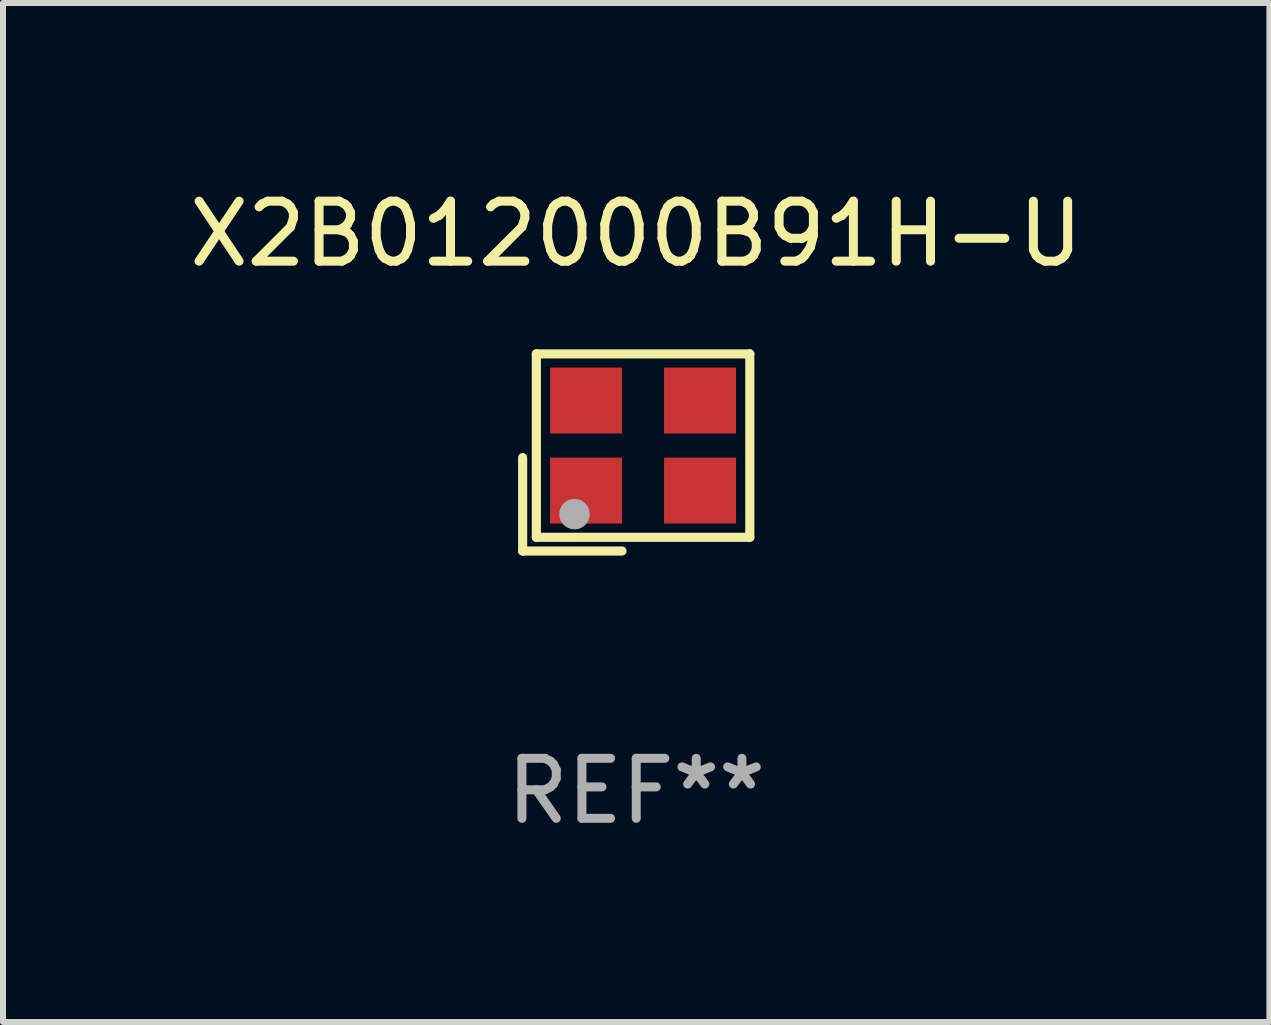
<source format=kicad_pcb>
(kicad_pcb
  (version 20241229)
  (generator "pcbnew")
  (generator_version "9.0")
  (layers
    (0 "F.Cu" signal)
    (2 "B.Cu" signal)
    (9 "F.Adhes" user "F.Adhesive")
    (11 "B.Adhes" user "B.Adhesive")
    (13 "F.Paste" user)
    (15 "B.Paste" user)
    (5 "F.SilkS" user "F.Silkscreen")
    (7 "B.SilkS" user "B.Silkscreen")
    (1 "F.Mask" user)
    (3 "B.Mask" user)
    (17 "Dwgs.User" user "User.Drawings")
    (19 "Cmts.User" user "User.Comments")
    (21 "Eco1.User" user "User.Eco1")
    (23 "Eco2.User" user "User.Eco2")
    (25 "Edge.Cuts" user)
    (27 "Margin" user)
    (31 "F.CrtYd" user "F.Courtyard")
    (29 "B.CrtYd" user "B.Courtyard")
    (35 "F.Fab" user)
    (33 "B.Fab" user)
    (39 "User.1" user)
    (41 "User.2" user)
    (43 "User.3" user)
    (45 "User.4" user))
  (footprint "X2B012000B91H-U"
    (layer "F.Cu")
    (at 7.554 4.491)
    (property "Reference" "X2B012000B91H-U" (at 0 -3.643 0) (layer "F.SilkS") (effects (font (size 1 1) (thickness 0.15))))
    (attr through_hole)
    (fp_line (start -1.893 0.086) (end -1.893 1.643) (stroke (width 0.152) (type solid)) (layer "F.SilkS"))
    (fp_line (start -1.893 1.643) (end -0.237 1.643) (stroke (width 0.152) (type solid)) (layer "F.SilkS"))
    (fp_line (start -1.665 -1.643) (end 1.893 -1.643) (stroke (width 0.152) (type solid)) (layer "F.SilkS"))
    (fp_line (start -1.665 1.414) (end -1.665 -1.643) (stroke (width 0.152) (type solid)) (layer "F.SilkS"))
    (fp_line (start 1.893 -1.643) (end 1.893 1.414) (stroke (width 0.152) (type solid)) (layer "F.SilkS"))
    (fp_line (start 1.893 1.414) (end -1.665 1.414) (stroke (width 0.152) (type solid)) (layer "F.SilkS"))
    (fp_circle (center -1.136 0.885) (end -1.106 0.885) (stroke (width 0.06) (type solid)) (fill no) (layer "F.SilkS"))
    (fp_circle (center -1.029 1.028) (end -0.902 1.028) (stroke (width 0.254) (type solid)) (fill no) (layer "F.Fab"))
    (fp_text user "REF**" (at 0 5.643 0) (layer "F.Fab") (effects (font (size 1 1) (thickness 0.15))))
    (pad "1" smd rect (at -0.836 0.636) (size 1.2 1.1) (layers "F.Cu" "F.Mask" "F.Paste"))
    (pad "2" smd rect (at 1.064 0.636) (size 1.2 1.1) (layers "F.Cu" "F.Mask" "F.Paste"))
    (pad "3" smd rect (at 1.064 -0.865) (size 1.2 1.1) (layers "F.Cu" "F.Mask" "F.Paste"))
    (pad "4" smd rect (at -0.836 -0.865) (size 1.2 1.1) (layers "F.Cu" "F.Mask" "F.Paste")))
  (gr_rect
    (start -3 -3)
    (end 18.107 13.983)
    (stroke (width 0.1) (type default))
    (fill no)
    (layer "Edge.Cuts")))
</source>
